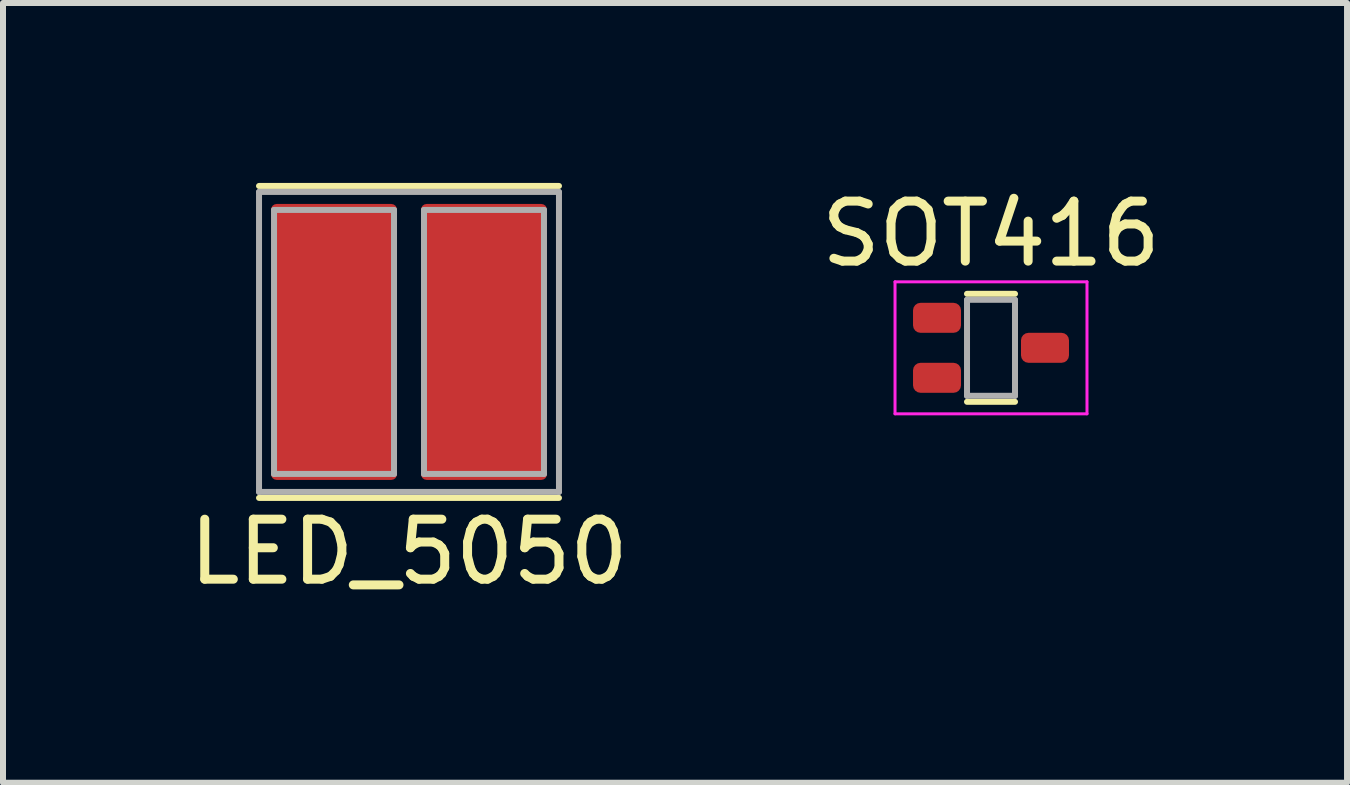
<source format=kicad_pcb>
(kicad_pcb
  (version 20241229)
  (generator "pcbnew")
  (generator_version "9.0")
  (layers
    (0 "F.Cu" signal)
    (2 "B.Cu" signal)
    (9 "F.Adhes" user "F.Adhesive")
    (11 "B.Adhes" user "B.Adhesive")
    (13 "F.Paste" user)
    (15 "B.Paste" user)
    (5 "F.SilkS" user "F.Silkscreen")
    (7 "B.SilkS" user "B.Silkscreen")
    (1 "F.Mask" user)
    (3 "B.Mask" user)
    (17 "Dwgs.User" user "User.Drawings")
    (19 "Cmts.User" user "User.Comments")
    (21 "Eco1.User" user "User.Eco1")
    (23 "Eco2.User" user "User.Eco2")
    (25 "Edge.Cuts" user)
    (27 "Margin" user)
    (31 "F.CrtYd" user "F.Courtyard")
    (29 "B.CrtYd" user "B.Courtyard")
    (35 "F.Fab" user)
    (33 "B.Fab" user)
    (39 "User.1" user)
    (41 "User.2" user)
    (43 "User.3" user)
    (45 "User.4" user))
  (footprint "LED_5050"
    (layer "F.Cu")
    (at 3.768 2.65)
    (property "Reference" "LED_5050" (at 0 3.5 0) (layer "F.SilkS") (effects (font (size 1 1) (thickness 0.15))))
    (attr smd)
    (fp_line (start -2.5 -2.6) (end 2.5 -2.6) (stroke (width 0.1) (type solid)) (layer "F.SilkS"))
    (fp_line (start -2.5 2.6) (end 2.5 2.6) (stroke (width 0.1) (type solid)) (layer "F.SilkS"))
    (fp_line (start -2.5 -2.5) (end 2.5 -2.5) (stroke (width 0.1) (type solid)) (layer "F.Fab"))
    (fp_line (start -2.5 2.5) (end -2.5 -2.5) (stroke (width 0.1) (type solid)) (layer "F.Fab"))
    (fp_line (start -2.25 -2.2) (end -0.25 -2.2) (stroke (width 0.1) (type solid)) (layer "F.Fab"))
    (fp_line (start -2.25 2.2) (end -2.25 -2.2) (stroke (width 0.1) (type solid)) (layer "F.Fab"))
    (fp_line (start -0.25 -2.2) (end -0.25 2.2) (stroke (width 0.1) (type solid)) (layer "F.Fab"))
    (fp_line (start -0.25 2.2) (end -2.25 2.2) (stroke (width 0.1) (type solid)) (layer "F.Fab"))
    (fp_line (start 0.25 -2.2) (end 2.25 -2.2) (stroke (width 0.1) (type solid)) (layer "F.Fab"))
    (fp_line (start 0.25 2.2) (end 0.25 -2.2) (stroke (width 0.1) (type solid)) (layer "F.Fab"))
    (fp_line (start 2.25 -2.2) (end 2.25 2.2) (stroke (width 0.1) (type solid)) (layer "F.Fab"))
    (fp_line (start 2.25 2.2) (end 0.25 2.2) (stroke (width 0.1) (type solid)) (layer "F.Fab"))
    (fp_line (start 2.5 -2.5) (end 2.5 2.5) (stroke (width 0.1) (type solid)) (layer "F.Fab"))
    (fp_line (start 2.5 2.5) (end -2.5 2.5) (stroke (width 0.1) (type solid)) (layer "F.Fab"))
    (pad "1" smd roundrect (at -1.25 0) (size 2.1 4.6) (layers "F.Cu" "F.Mask" "F.Paste") (roundrect_rratio 0.045))
    (pad "2" smd roundrect (at 1.25 0) (size 2.1 4.6) (layers "F.Cu" "F.Mask" "F.Paste") (roundrect_rratio 0.045)))
  (footprint "SOT416"
    (layer "F.Cu")
    (at 13.47 2.748)
    (property "Reference" "SOT416" (at 0 -1.9 0) (layer "F.SilkS") (effects (font (size 1 1) (thickness 0.15))))
    (attr smd)
    (fp_line (start 0.4 -0.9) (end -0.4 -0.9) (stroke (width 0.1) (type solid)) (layer "F.SilkS"))
    (fp_line (start 0.4 0.9) (end -0.4 0.9) (stroke (width 0.1) (type solid)) (layer "F.SilkS"))
    (fp_line (start -1.6 -1.1) (end -1.6 1.1) (stroke (width 0.05) (type solid)) (layer "F.CrtYd"))
    (fp_line (start -1.6 1.1) (end 1.6 1.1) (stroke (width 0.05) (type solid)) (layer "F.CrtYd"))
    (fp_line (start 1.6 -1.1) (end -1.6 -1.1) (stroke (width 0.05) (type solid)) (layer "F.CrtYd"))
    (fp_line (start 1.6 1.1) (end 1.6 -1.1) (stroke (width 0.05) (type solid)) (layer "F.CrtYd"))
    (fp_line (start -0.4 -0.8) (end -0.4 0.8) (stroke (width 0.1) (type solid)) (layer "F.Fab"))
    (fp_line (start -0.4 0.8) (end 0.4 0.8) (stroke (width 0.1) (type solid)) (layer "F.Fab"))
    (fp_line (start 0.4 -0.8) (end -0.4 -0.8) (stroke (width 0.1) (type solid)) (layer "F.Fab"))
    (fp_line (start 0.4 0.8) (end 0.4 -0.8) (stroke (width 0.1) (type solid)) (layer "F.Fab"))
    (pad "1" smd roundrect (at -0.9 -0.5) (size 0.8 0.5) (layers "F.Cu" "F.Mask" "F.Paste") (roundrect_rratio 0.25))
    (pad "2" smd roundrect (at -0.9 0.5) (size 0.8 0.5) (layers "F.Cu" "F.Mask" "F.Paste") (roundrect_rratio 0.25))
    (pad "3" smd roundrect (at 0.9 0) (size 0.8 0.5) (layers "F.Cu" "F.Mask" "F.Paste") (roundrect_rratio 0.25)))
  (gr_rect
    (start -3 -3)
    (end 19.405 9.998)
    (stroke (width 0.1) (type default))
    (fill no)
    (layer "Edge.Cuts")))
</source>
